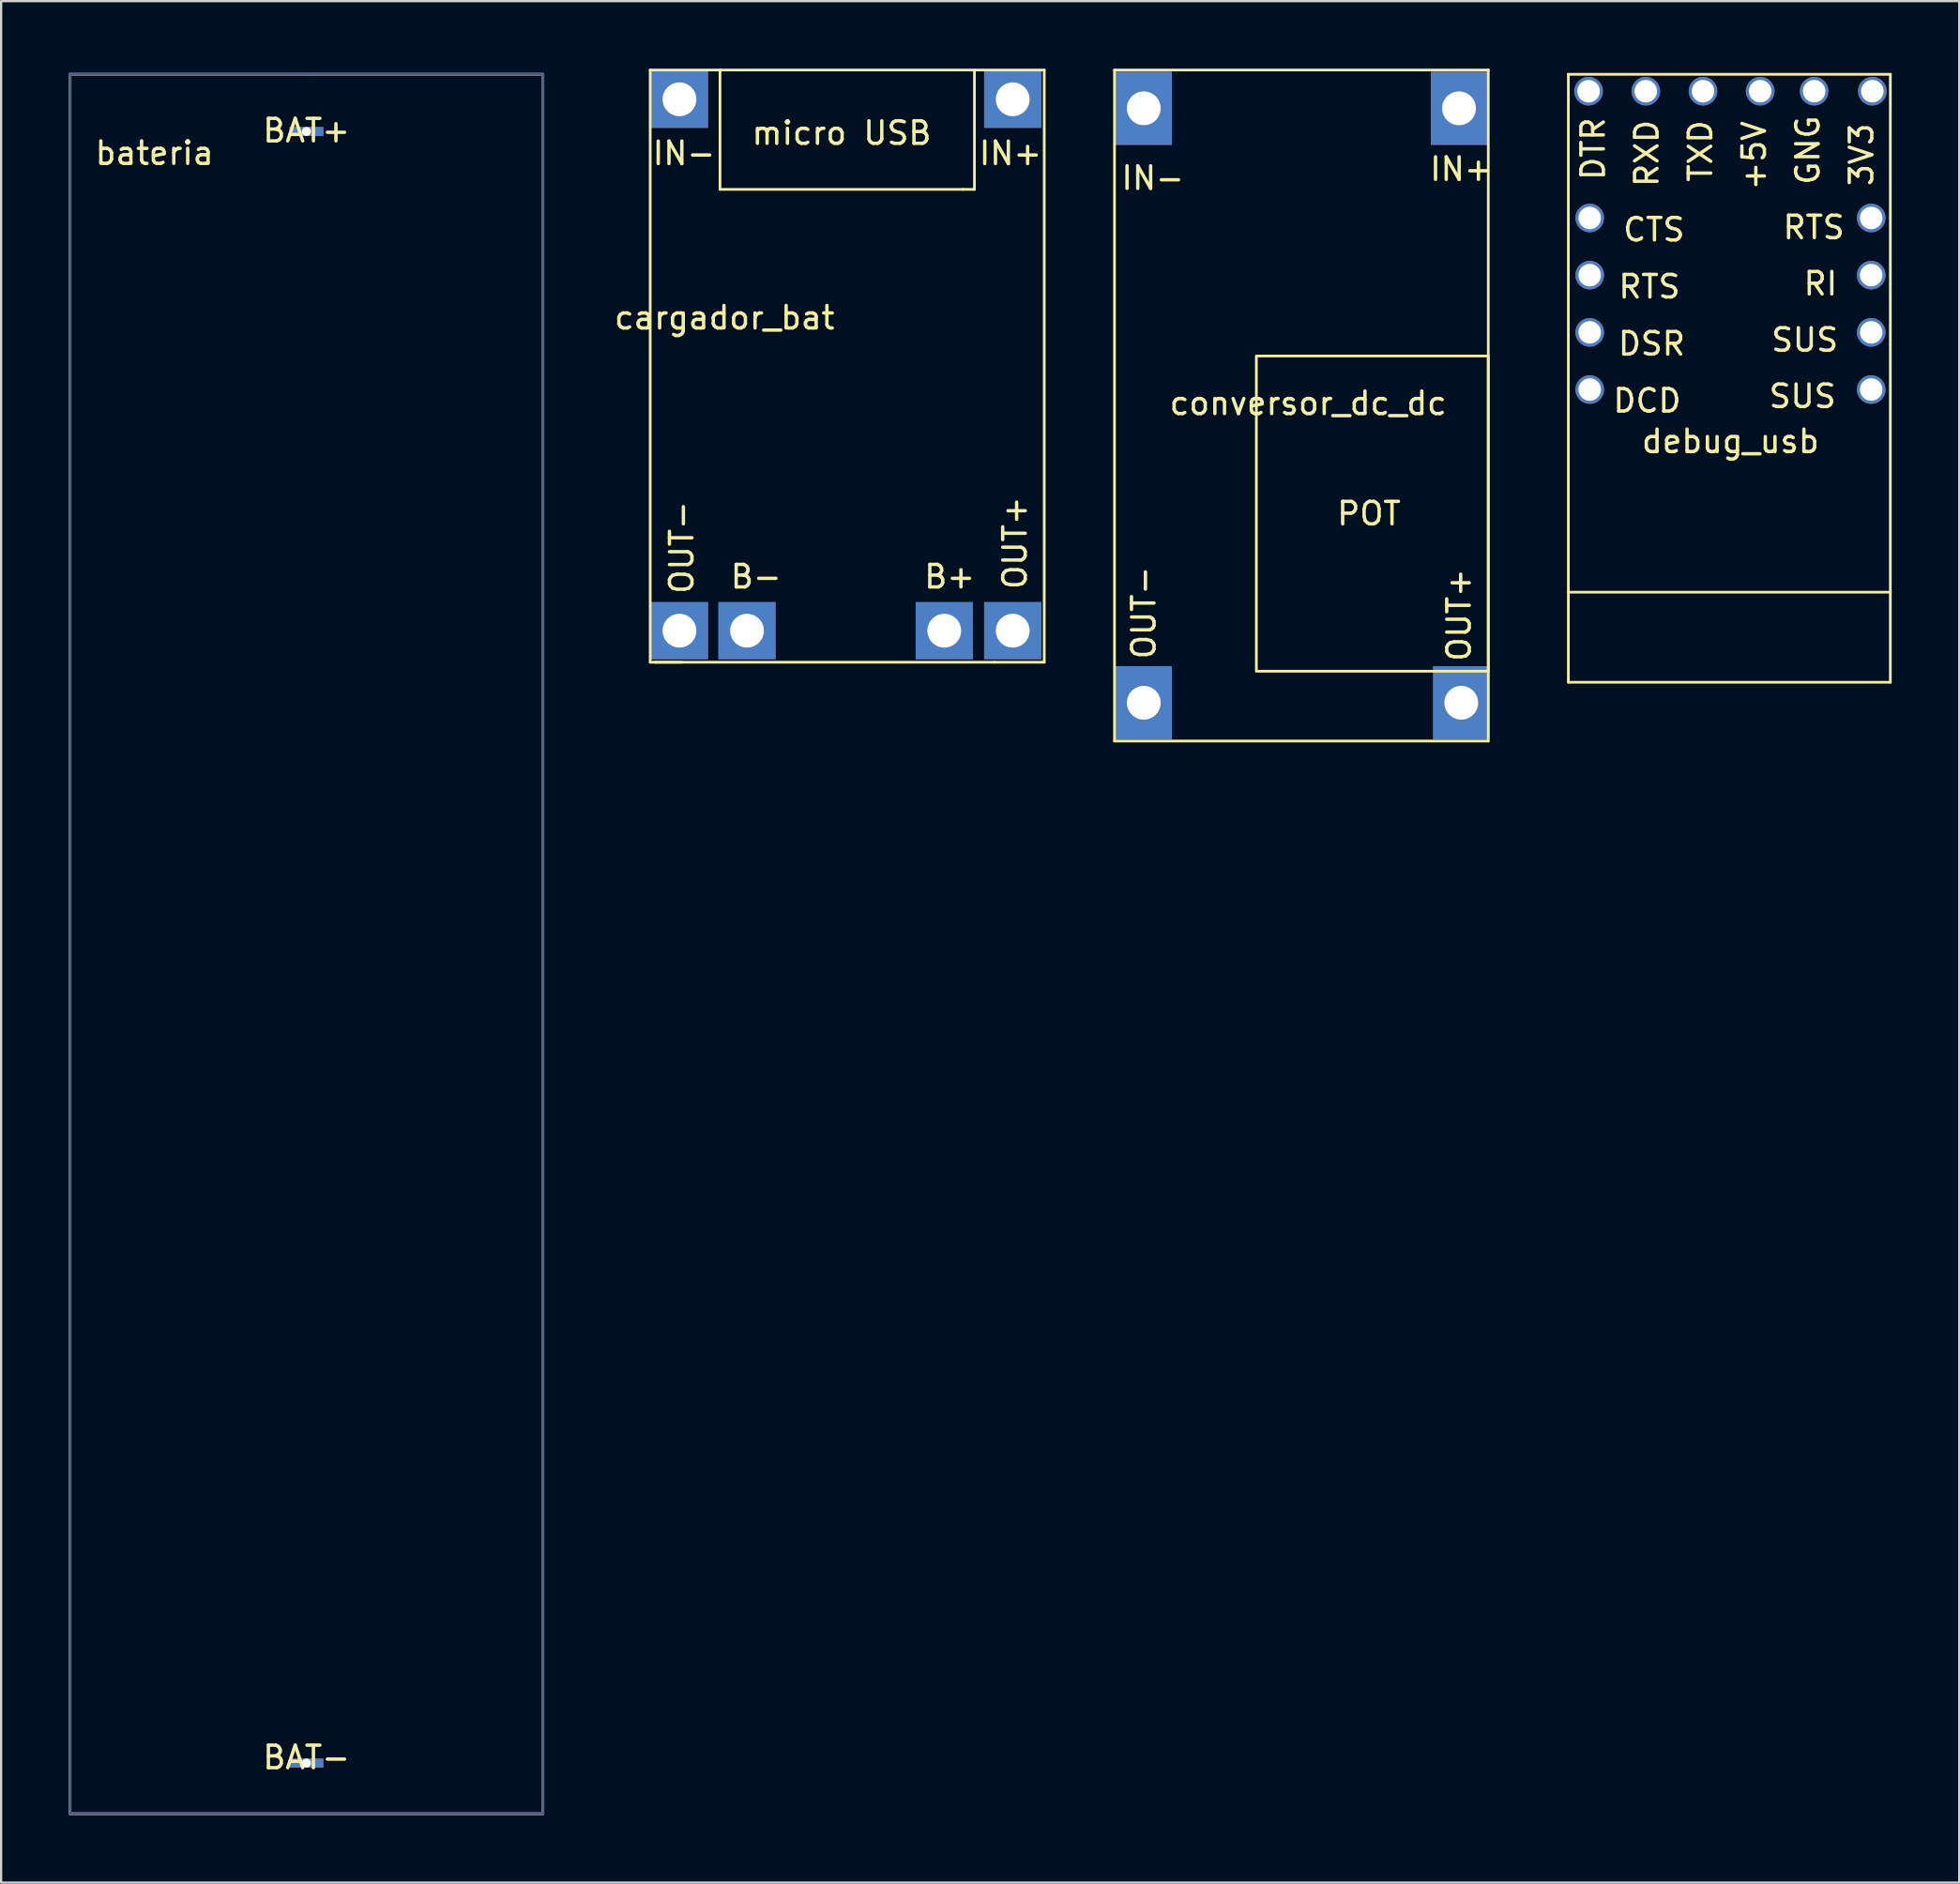
<source format=kicad_pcb>
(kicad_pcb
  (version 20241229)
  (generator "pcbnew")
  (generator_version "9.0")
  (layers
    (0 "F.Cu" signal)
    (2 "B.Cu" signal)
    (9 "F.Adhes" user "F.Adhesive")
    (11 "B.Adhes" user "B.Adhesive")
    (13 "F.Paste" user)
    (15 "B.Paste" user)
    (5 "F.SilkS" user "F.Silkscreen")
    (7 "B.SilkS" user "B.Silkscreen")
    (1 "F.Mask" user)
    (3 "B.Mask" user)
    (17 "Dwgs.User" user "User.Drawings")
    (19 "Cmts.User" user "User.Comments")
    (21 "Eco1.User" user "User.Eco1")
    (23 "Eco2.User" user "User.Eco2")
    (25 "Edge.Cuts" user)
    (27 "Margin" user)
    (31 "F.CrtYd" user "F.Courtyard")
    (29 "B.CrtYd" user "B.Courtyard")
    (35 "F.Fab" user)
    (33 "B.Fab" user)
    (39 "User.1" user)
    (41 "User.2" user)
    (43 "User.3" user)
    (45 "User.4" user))
  (footprint "conversor_dc_dc"
    (layer "F.Cu")
    (at 47.746 1.76)
    (property "Reference" "conversor_dc_dc" (at 7.3 13.1 0) (layer "F.SilkS") (effects (font (size 1 1) (thickness 0.15))))
    (attr through_hole)
    (fp_line (start -1.3 -1.7) (end -1.3 28.1) (stroke (width 0.12) (type solid)) (layer "F.SilkS"))
    (fp_line (start -1.3 -1.7) (end 15.3 -1.7) (stroke (width 0.12) (type solid)) (layer "F.SilkS"))
    (fp_line (start -1.3 28.1) (end 15.3 28.1) (stroke (width 0.12) (type solid)) (layer "F.SilkS"))
    (fp_line (start 15.3 -1.7) (end 15.3 28.1) (stroke (width 0.12) (type solid)) (layer "F.SilkS"))
    (fp_rect (start 15.3 11) (end 5 25) (stroke (width 0.12) (type solid)) (fill no) (layer "F.SilkS"))
    (fp_text user "POT" (at 10 18 0) (unlocked yes) (layer "F.SilkS") (effects (font (size 1 1) (thickness 0.15))))
    (fp_text user "IN-" (at 0.4 3.1 0) (layer "F.SilkS") (effects (font (size 1 1) (thickness 0.15))))
    (fp_text user "IN+" (at 14.1 2.7 0) (layer "F.SilkS") (effects (font (size 1 1) (thickness 0.15))))
    (fp_text user "OUT-" (at 0 22.4 90) (layer "F.SilkS") (effects (font (size 1 1) (thickness 0.15))))
    (fp_text user "OUT+" (at 14 22.5 90) (layer "F.SilkS") (effects (font (size 1 1) (thickness 0.15))))
    (pad "1" thru_hole rect (at 0 0) (size 2.5 3.25) (drill 1.5) (layers "*.Cu" "*.Mask"))
    (pad "2" thru_hole rect (at 14 0) (size 2.5 3.25) (drill 1.5) (layers "*.Cu" "*.Mask"))
    (pad "3" thru_hole rect (at 0 26.4) (size 2.5 3.25) (drill 1.5) (layers "*.Cu" "*.Mask"))
    (pad "4" thru_hole rect (at 14.1 26.4) (size 2.5 3.25) (drill 1.5) (layers "*.Cu" "*.Mask")))
  (footprint "debug_usb"
    (layer "F.Cu")
    (at 66.602 0.25)
    (property "Reference" "debug_usb" (at 7.2 16.3 0) (layer "F.SilkS") (effects (font (size 1 1) (thickness 0.15))))
    (attr through_hole)
    (fp_line (start 0 0) (end 14.3 0) (stroke (width 0.12) (type solid)) (layer "F.SilkS"))
    (fp_line (start 0 23) (end 14.3 23) (stroke (width 0.12) (type solid)) (layer "F.SilkS"))
    (fp_line (start 0 26.9) (end 0 0) (stroke (width 0.12) (type solid)) (layer "F.SilkS"))
    (fp_line (start 0 27) (end 0 26.9) (stroke (width 0.12) (type solid)) (layer "F.SilkS"))
    (fp_line (start 0 27) (end 14.3 27) (stroke (width 0.12) (type solid)) (layer "F.SilkS"))
    (fp_line (start 14.3 0) (end 14.3 27) (stroke (width 0.12) (type solid)) (layer "F.SilkS"))
    (fp_text user "3V3" (at 13.02 3.57 90) (unlocked yes) (layer "F.SilkS") (effects (font (size 1 1) (thickness 0.15))))
    (fp_text user "+5V" (at 8.252 3.61 90) (unlocked yes) (layer "F.SilkS") (effects (font (size 1 1) (thickness 0.15))))
    (fp_text user "SUS" (at 10.5 11.8 0) (layer "F.SilkS") (effects (font (size 1 1) (thickness 0.15))))
    (fp_text user "DSR" (at 3.7 11.967 0) (layer "F.SilkS") (effects (font (size 1 1) (thickness 0.15))))
    (fp_text user "DCD" (at 3.5 14.5 0) (unlocked yes) (layer "F.SilkS") (effects (font (size 1 1) (thickness 0.15))))
    (fp_text user "SUS" (at 10.4 14.3 0) (layer "F.SilkS") (effects (font (size 1 1) (thickness 0.15))))
    (fp_text user "TXD" (at 5.868 3.41 90) (layer "F.SilkS") (effects (font (size 1 1) (thickness 0.15))))
    (fp_text user "DTR" (at 1.1 3.31 90) (layer "F.SilkS") (effects (font (size 1 1) (thickness 0.15))))
    (fp_text user "GNG" (at 10.636 3.37 90) (layer "F.SilkS") (effects (font (size 1 1) (thickness 0.15))))
    (fp_text user "RTS" (at 10.9 6.8 0) (layer "F.SilkS") (effects (font (size 1 1) (thickness 0.15))))
    (fp_text user "RTS" (at 3.6 9.433 0) (layer "F.SilkS") (effects (font (size 1 1) (thickness 0.15))))
    (fp_text user "RI" (at 11.2 9.3 0) (layer "F.SilkS") (effects (font (size 1 1) (thickness 0.15))))
    (fp_text user "RXD" (at 3.484 3.51 90) (layer "F.SilkS") (effects (font (size 1 1) (thickness 0.15))))
    (fp_text user "CTS" (at 3.8 6.9 0) (layer "F.SilkS") (effects (font (size 1 1) (thickness 0.15))))
    (pad "1" thru_hole circle (at 0.9 0.75 90) (size 1.27 1.27) (drill 1) (layers "*.Cu" "*.Mask"))
    (pad "2" thru_hole circle (at 3.44 0.75 90) (size 1.27 1.27) (drill 1) (layers "*.Cu" "*.Mask"))
    (pad "3" thru_hole circle (at 5.98 0.75 90) (size 1.27 1.27) (drill 1) (layers "*.Cu" "*.Mask"))
    (pad "4" thru_hole circle (at 8.52 0.75 90) (size 1.27 1.27) (drill 1) (layers "*.Cu" "*.Mask"))
    (pad "5" thru_hole circle (at 10.916 0.75 90) (size 1.27 1.27) (drill 1) (layers "*.Cu" "*.Mask"))
    (pad "6" thru_hole circle (at 13.5 0.75 90) (size 1.27 1.27) (drill 1) (layers "*.Cu" "*.Mask"))
    (pad "7" thru_hole circle (at 0.95 6.38 180) (size 1.27 1.27) (drill 1) (layers "*.Cu" "*.Mask"))
    (pad "8" thru_hole circle (at 0.95 8.92 180) (size 1.27 1.27) (drill 1) (layers "*.Cu" "*.Mask"))
    (pad "9" thru_hole circle (at 0.95 11.46 180) (size 1.27 1.27) (drill 1) (layers "*.Cu" "*.Mask"))
    (pad "10" thru_hole circle (at 0.95 14 180) (size 1.27 1.27) (drill 1) (layers "*.Cu" "*.Mask"))
    (pad "11" thru_hole circle (at 13.45 6.38 180) (size 1.27 1.27) (drill 1) (layers "*.Cu" "*.Mask"))
    (pad "12" thru_hole circle (at 13.45 8.92 180) (size 1.27 1.27) (drill 1) (layers "*.Cu" "*.Mask"))
    (pad "13" thru_hole circle (at 13.45 11.46 180) (size 1.27 1.27) (drill 1) (layers "*.Cu" "*.Mask"))
    (pad "14" thru_hole circle (at 13.45 14 180) (size 1.27 1.27) (drill 1) (layers "*.Cu" "*.Mask")))
  (footprint "cargador_bat"
    (layer "F.Cu")
    (at 27.126 1.36)
    (property "Reference" "cargador_bat" (at 2 9.7 0) (layer "F.SilkS") (effects (font (size 1 1) (thickness 0.15))))
    (attr through_hole)
    (fp_line (start -1.3 -1.3) (end -1.3 25) (stroke (width 0.12) (type solid)) (layer "F.SilkS"))
    (fp_line (start -1.3 -1.3) (end 16.2 -1.3) (stroke (width 0.12) (type solid)) (layer "F.SilkS"))
    (fp_line (start -1.3 25) (end 0.1 25) (stroke (width 0.12) (type solid)) (layer "F.SilkS"))
    (fp_line (start -1.1 25) (end 14 25) (stroke (width 0.12) (type solid)) (layer "F.SilkS"))
    (fp_line (start 1.8 -1.3) (end 1.8 4) (stroke (width 0.12) (type solid)) (layer "F.SilkS"))
    (fp_line (start 1.8 4) (end 12.6 4) (stroke (width 0.12) (type solid)) (layer "F.SilkS"))
    (fp_line (start 13.1 4) (end 12.6 4) (stroke (width 0.12) (type solid)) (layer "F.SilkS"))
    (fp_line (start 13.1 4) (end 13.1 -1.3) (stroke (width 0.12) (type solid)) (layer "F.SilkS"))
    (fp_line (start 16.2 -1.3) (end 16.2 25) (stroke (width 0.12) (type solid)) (layer "F.SilkS"))
    (fp_line (start 16.2 25) (end 14 25) (stroke (width 0.12) (type solid)) (layer "F.SilkS"))
    (fp_text user "B+" (at 12 21.2 180) (layer "F.SilkS") (effects (font (size 1 1) (thickness 0.15))))
    (fp_text user "OUT+" (at 14.9 19.7 270) (layer "F.SilkS") (effects (font (size 1 1) (thickness 0.15))))
    (fp_text user "OUT-" (at 0.1 19.9 270) (layer "F.SilkS") (effects (font (size 1 1) (thickness 0.15))))
    (fp_text user "IN+" (at 14.7 2.4 180) (layer "F.SilkS") (effects (font (size 1 1) (thickness 0.15))))
    (fp_text user "B-" (at 3.4 21.2 0) (layer "F.SilkS") (effects (font (size 1 1) (thickness 0.15))))
    (fp_text user "micro USB" (at 7.2 1.5 0) (layer "F.SilkS") (effects (font (size 1 1) (thickness 0.15))))
    (fp_text user "IN-" (at 0.2 2.4 180) (layer "F.SilkS") (effects (font (size 1 1) (thickness 0.15))))
    (pad "1" thru_hole rect (at 0 0) (size 2.54 2.54) (drill 1.5) (layers "*.Cu" "*.Mask"))
    (pad "4" thru_hole rect (at 14.8 0) (size 2.54 2.54) (drill 1.5) (layers "*.Cu" "*.Mask"))
    (pad "5" thru_hole rect (at 0 23.6) (size 2.54 2.54) (drill 1.5) (layers "*.Cu" "*.Mask"))
    (pad "6" thru_hole rect (at 3 23.6) (size 2.54 2.54) (drill 1.5) (layers "*.Cu" "*.Mask"))
    (pad "7" thru_hole rect (at 11.76 23.6) (size 2.54 2.54) (drill 1.5) (layers "*.Cu" "*.Mask"))
    (pad "8" thru_hole rect (at 14.8 23.6) (size 2.54 2.54) (drill 1.5) (layers "*.Cu" "*.Mask")))
  (footprint "bateria"
    (layer "F.Cu")
    (at 10.56 0.25)
    (property "Reference" "bateria" (at -6.75 3.5 0) (layer "F.SilkS") (effects (font (size 1 1) (thickness 0.15))))
    (attr through_hole)
    (fp_line (start -10.5 0) (end 10.5 0) (stroke (width 0.12) (type solid)) (layer "F.SilkS"))
    (fp_line (start -10.5 77.25) (end -10.5 0) (stroke (width 0.12) (type solid)) (layer "F.SilkS"))
    (fp_line (start 10.5 0) (end 10.5 77.25) (stroke (width 0.12) (type solid)) (layer "F.SilkS"))
    (fp_line (start 10.5 77.25) (end -10.5 77.25) (stroke (width 0.12) (type solid)) (layer "F.SilkS"))
    (fp_line (start -10.5 0) (end -10.5 77.25) (stroke (width 0.12) (type solid)) (layer "B.Fab"))
    (fp_line (start -10.5 77.25) (end 10.5 77.25) (stroke (width 0.12) (type solid)) (layer "B.Fab"))
    (fp_line (start 0 0) (end -10.5 0) (stroke (width 0.12) (type solid)) (layer "B.Fab"))
    (fp_line (start 0 0) (end 10.5 0) (stroke (width 0.12) (type solid)) (layer "B.Fab"))
    (fp_line (start 10.5 77.25) (end 10.5 0) (stroke (width 0.12) (type solid)) (layer "B.Fab"))
    (fp_text user "BAT+" (at 0 2.5 0) (layer "F.SilkS") (effects (font (size 1 1) (thickness 0.15))))
    (fp_text user "BAT-" (at 0 74.75 0) (layer "F.SilkS") (effects (font (size 1 1) (thickness 0.15))))
    (pad "1" thru_hole custom (at 0 2.54) (size 1.5 0.4) (drill 0.4) (layers "*.Cu" "*.Mask") (options (anchor rect)) (primitives))
    (pad "2" thru_hole custom (at 0 75) (size 1.5 0.4) (drill 0.4) (layers "*.Cu" "*.Mask") (options (anchor rect)) (primitives)))
  (gr_rect
    (start -3 -3)
    (end 83.962 80.56)
    (stroke (width 0.1) (type default))
    (fill no)
    (layer "Edge.Cuts")))
</source>
